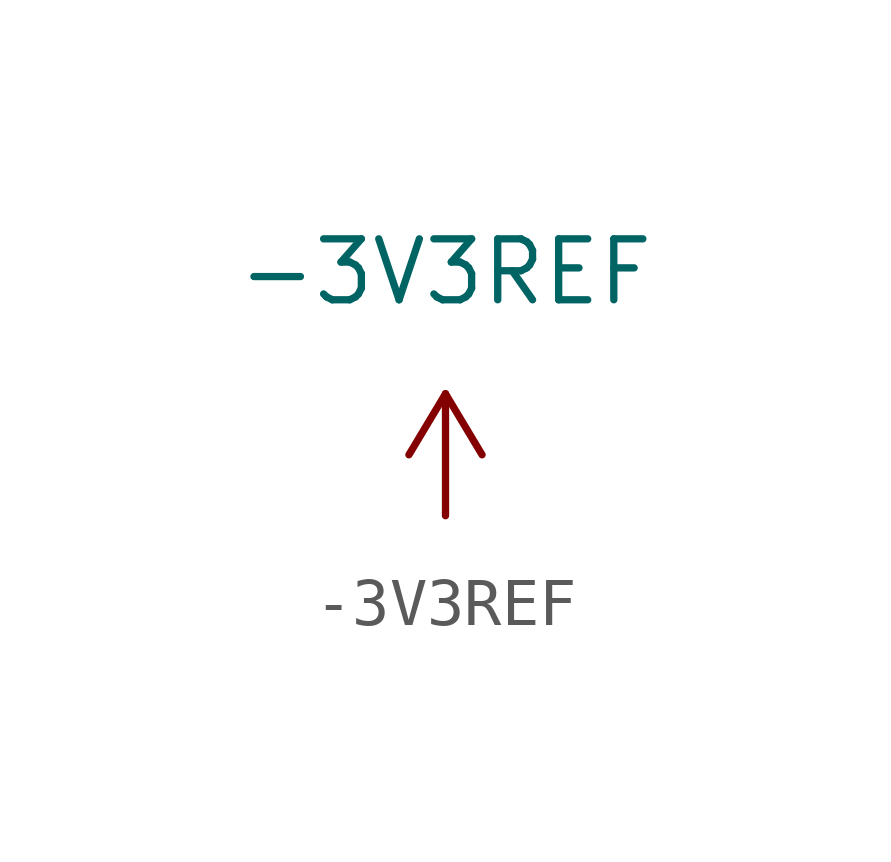
<source format=kicad_sym>
(kicad_symbol_lib
  (version 20211014)
  (generator kicad_symbol_editor)
  (symbol "-3V3REF"
    (power)
    (pin_names
      (offset 0))
    (property "Reference" "#PWR?"
      (at 0 -3.81 0)
      (effects (font (size 1.27 1.27)) hide))
    (property "Value" "-3V3REF"
      (at 0 5.08 0)
      (effects (font (size 1.27 1.27))))
    (symbol "-3V3REF_0_1"
      (polyline (pts (xy -0.762 1.27) (xy 0 2.54)) (stroke (width 0) (type default) (color 0 0 0 0)) (fill (type none)))
      (polyline (pts (xy 0 0) (xy 0 2.54)) (stroke (width 0) (type default) (color 0 0 0 0)) (fill (type none)))
      (polyline (pts (xy 0 2.54) (xy 0.762 1.27)) (stroke (width 0) (type default) (color 0 0 0 0)) (fill (type none))))
    (symbol "-3V3REF_1_1"
      (pin power_in line (at 0 0 90) (length 0) hide (name "-3V3REF" (effects (font (size 1.27 1.27)))) (number "1" (effects (font (size 1.27 1.27))))))))
</source>
